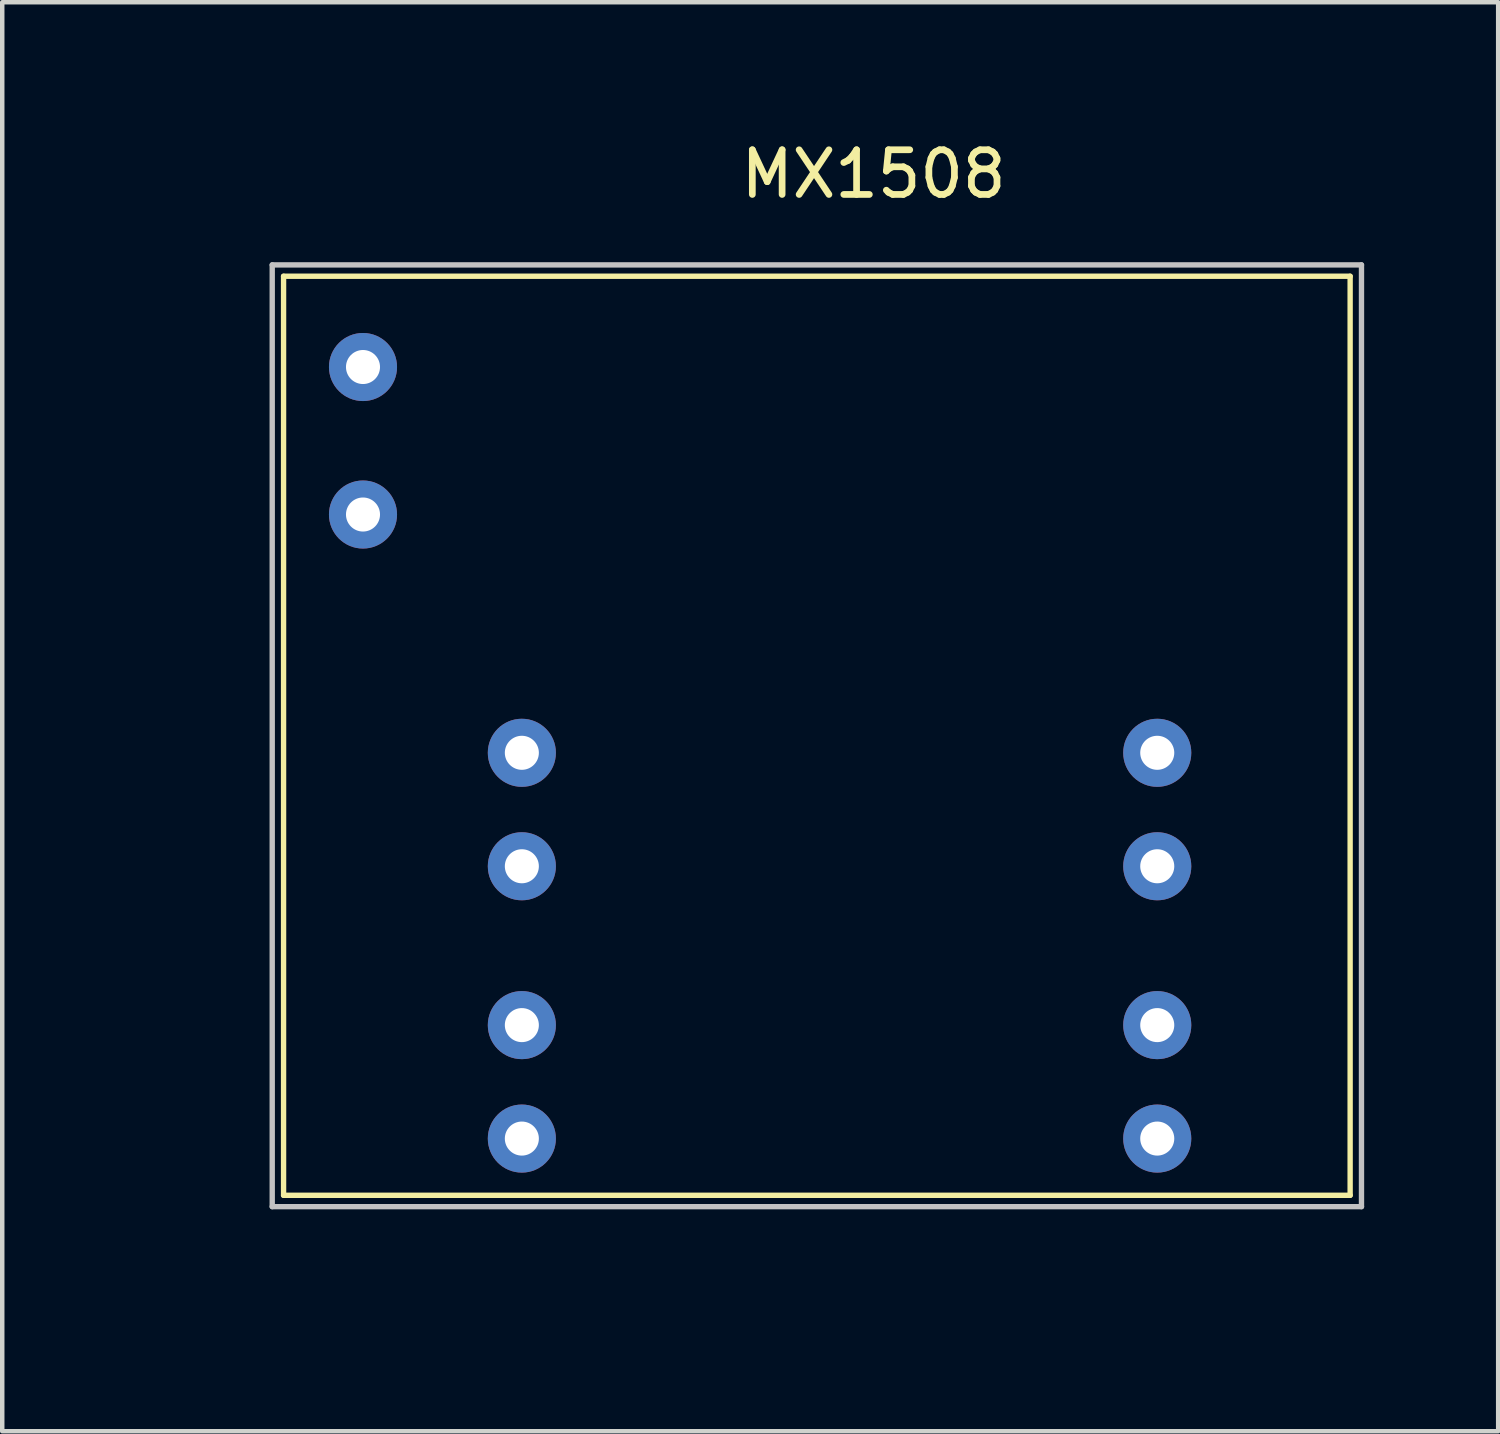
<source format=kicad_pcb>
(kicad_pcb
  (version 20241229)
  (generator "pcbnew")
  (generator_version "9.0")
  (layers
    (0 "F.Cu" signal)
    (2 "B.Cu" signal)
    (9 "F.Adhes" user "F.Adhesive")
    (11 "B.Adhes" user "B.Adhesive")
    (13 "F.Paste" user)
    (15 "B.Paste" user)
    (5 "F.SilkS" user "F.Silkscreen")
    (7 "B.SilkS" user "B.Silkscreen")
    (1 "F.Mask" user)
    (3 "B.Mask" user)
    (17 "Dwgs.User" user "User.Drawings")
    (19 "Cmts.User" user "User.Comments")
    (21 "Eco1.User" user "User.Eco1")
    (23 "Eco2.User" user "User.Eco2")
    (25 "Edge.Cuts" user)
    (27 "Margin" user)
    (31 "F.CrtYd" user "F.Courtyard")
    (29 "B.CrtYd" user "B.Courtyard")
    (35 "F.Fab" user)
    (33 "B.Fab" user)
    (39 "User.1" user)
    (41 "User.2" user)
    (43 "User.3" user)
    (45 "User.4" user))
  (footprint "MX1508"
    (layer "F.Cu")
    (at 0.25 25.74)
    (property "Reference" "MX1508" (at 16.256 -24.892 0) (layer "F.SilkS") (effects (font (size 1 1) (thickness 0.15))))
    (attr through_hole)
    (fp_line (start 3.048 -22.606) (end 26.924 -22.606) (stroke (width 0.12) (type solid)) (layer "F.SilkS"))
    (fp_line (start 3.048 -2.032) (end 3.048 -22.606) (stroke (width 0.12) (type solid)) (layer "F.SilkS"))
    (fp_line (start 26.924 -22.606) (end 26.924 -2.032) (stroke (width 0.12) (type solid)) (layer "F.SilkS"))
    (fp_line (start 26.924 -2.032) (end 3.048 -2.032) (stroke (width 0.12) (type solid)) (layer "F.SilkS"))
    (fp_line (start 2.794 -22.86) (end 27.178 -22.86) (stroke (width 0.12) (type solid)) (layer "Dwgs.User"))
    (fp_line (start 2.794 -1.778) (end 2.794 -22.86) (stroke (width 0.12) (type solid)) (layer "Dwgs.User"))
    (fp_line (start 27.178 -22.86) (end 27.178 -1.778) (stroke (width 0.12) (type solid)) (layer "Dwgs.User"))
    (fp_line (start 27.178 -1.778) (end 2.794 -1.778) (stroke (width 0.12) (type solid)) (layer "Dwgs.User"))
    (pad "1" thru_hole circle (at 4.826 -20.574) (size 1.524 1.524) (drill 0.762) (layers "*.Cu" "*.Mask"))
    (pad "2" thru_hole circle (at 4.826 -17.272) (size 1.524 1.524) (drill 0.762) (layers "*.Cu" "*.Mask"))
    (pad "3" thru_hole circle (at 8.382 -11.938) (size 1.524 1.524) (drill 0.762) (layers "*.Cu" "*.Mask"))
    (pad "4" thru_hole circle (at 8.382 -9.398) (size 1.524 1.524) (drill 0.762) (layers "*.Cu" "*.Mask"))
    (pad "5" thru_hole circle (at 8.382 -5.842) (size 1.524 1.524) (drill 0.762) (layers "*.Cu" "*.Mask"))
    (pad "6" thru_hole circle (at 8.382 -3.302) (size 1.524 1.524) (drill 0.762) (layers "*.Cu" "*.Mask"))
    (pad "7" thru_hole circle (at 22.606 -11.938) (size 1.524 1.524) (drill 0.762) (layers "*.Cu" "*.Mask"))
    (pad "8" thru_hole circle (at 22.606 -9.398) (size 1.524 1.524) (drill 0.762) (layers "*.Cu" "*.Mask"))
    (pad "9" thru_hole circle (at 22.606 -5.842) (size 1.524 1.524) (drill 0.762) (layers "*.Cu" "*.Mask"))
    (pad "10" thru_hole circle (at 22.606 -3.302) (size 1.524 1.524) (drill 0.762) (layers "*.Cu" "*.Mask")))
  (gr_rect
    (start -3 -3)
    (end 30.488 28.99)
    (stroke (width 0.1) (type default))
    (fill no)
    (layer "Edge.Cuts")))
</source>
